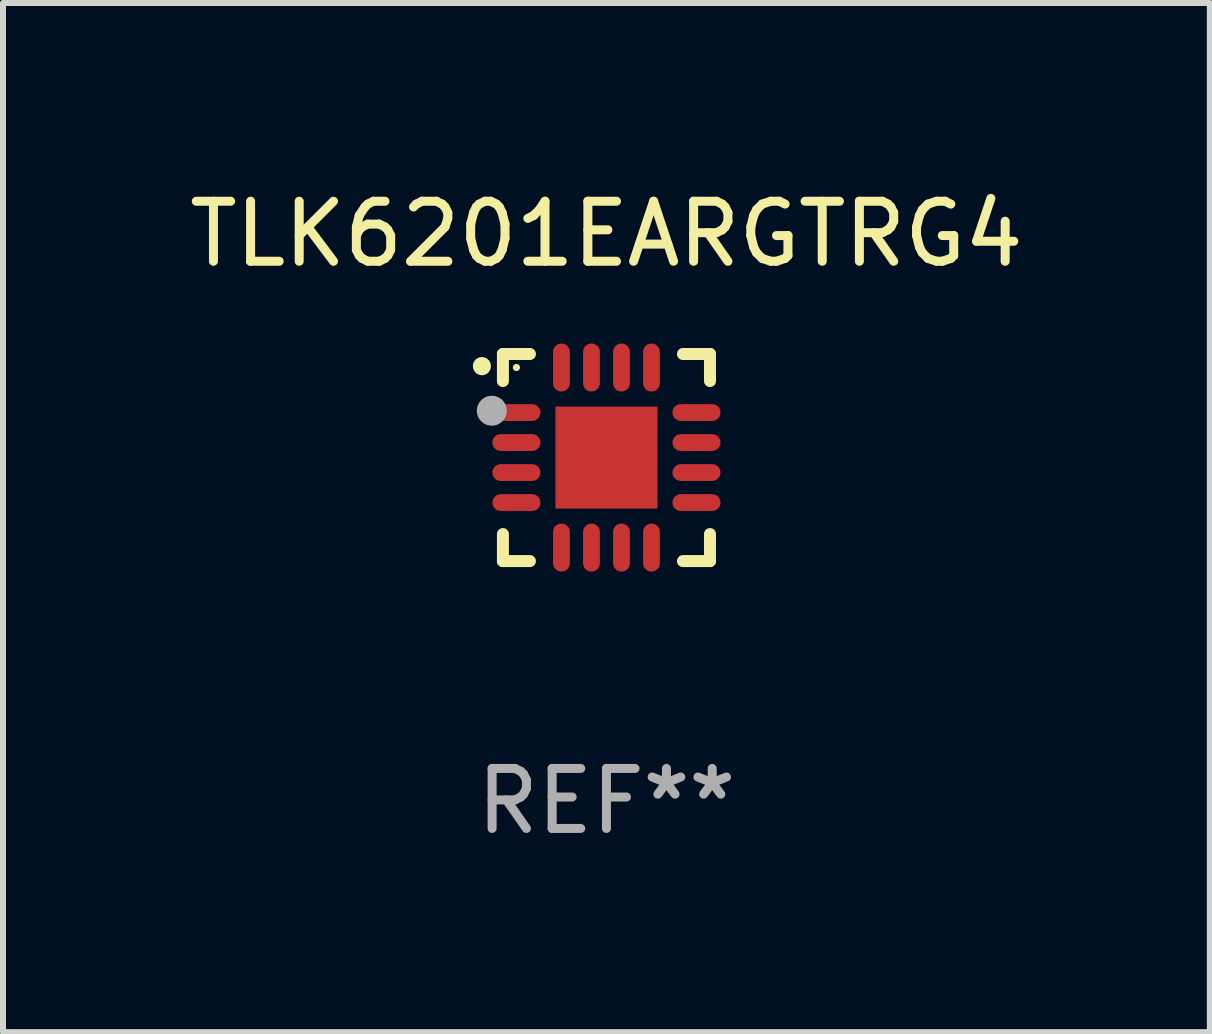
<source format=kicad_pcb>
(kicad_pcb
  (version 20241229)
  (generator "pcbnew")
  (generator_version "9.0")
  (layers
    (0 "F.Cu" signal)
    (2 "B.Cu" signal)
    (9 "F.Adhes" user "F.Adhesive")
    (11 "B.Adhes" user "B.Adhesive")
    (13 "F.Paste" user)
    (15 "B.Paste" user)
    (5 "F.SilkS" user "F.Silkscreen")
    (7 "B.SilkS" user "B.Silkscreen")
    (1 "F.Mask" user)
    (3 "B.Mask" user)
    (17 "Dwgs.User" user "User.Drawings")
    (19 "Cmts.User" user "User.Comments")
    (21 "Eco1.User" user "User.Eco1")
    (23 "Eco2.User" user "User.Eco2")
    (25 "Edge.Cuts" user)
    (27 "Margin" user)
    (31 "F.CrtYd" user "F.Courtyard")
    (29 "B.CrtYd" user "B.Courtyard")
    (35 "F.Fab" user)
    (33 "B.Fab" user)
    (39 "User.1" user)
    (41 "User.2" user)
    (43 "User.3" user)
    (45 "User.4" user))
  (footprint "TLK6201EARGTRG4"
    (layer "F.Cu")
    (at 7.054 4.573)
    (property "Reference" "TLK6201EARGTRG4" (at 0 -3.725 0) (layer "F.SilkS") (effects (font (size 1 1) (thickness 0.15))))
    (attr through_hole)
    (fp_line (start -1.725 -1.725) (end -1.275 -1.725) (stroke (width 0.2) (type solid)) (layer "F.SilkS"))
    (fp_line (start -1.725 -1.275) (end -1.725 -1.725) (stroke (width 0.2) (type solid)) (layer "F.SilkS"))
    (fp_line (start -1.725 1.725) (end -1.725 1.275) (stroke (width 0.2) (type solid)) (layer "F.SilkS"))
    (fp_line (start -1.275 1.725) (end -1.725 1.725) (stroke (width 0.2) (type solid)) (layer "F.SilkS"))
    (fp_line (start 1.275 -1.725) (end 1.725 -1.725) (stroke (width 0.2) (type solid)) (layer "F.SilkS"))
    (fp_line (start 1.275 1.725) (end 1.725 1.725) (stroke (width 0.2) (type solid)) (layer "F.SilkS"))
    (fp_line (start 1.725 -1.725) (end 1.725 -1.275) (stroke (width 0.2) (type solid)) (layer "F.SilkS"))
    (fp_line (start 1.725 1.725) (end 1.725 1.275) (stroke (width 0.2) (type solid)) (layer "F.SilkS"))
    (fp_arc (start -2.075184 -1.521463) (mid -2.075189 -1.522733) (end -2.075184 -1.524003) (stroke (width 0.3) (type solid)) (layer "F.SilkS"))
    (fp_circle (center -1.5 -1.5) (end -1.47 -1.5) (stroke (width 0.06) (type solid)) (fill no) (layer "F.SilkS"))
    (fp_circle (center -1.91 -0.78) (end -1.785 -0.78) (stroke (width 0.25) (type solid)) (fill no) (layer "F.Fab"))
    (fp_text user "REF**" (at 0 5.725 0) (layer "F.Fab") (effects (font (size 1 1) (thickness 0.15))))
    (pad "1" smd oval (at -1.5 -0.75) (size 0.8 0.28) (layers "F.Cu" "F.Mask" "F.Paste"))
    (pad "2" smd oval (at -1.5 -0.25) (size 0.8 0.28) (layers "F.Cu" "F.Mask" "F.Paste"))
    (pad "3" smd oval (at -1.5 0.25) (size 0.8 0.28) (layers "F.Cu" "F.Mask" "F.Paste"))
    (pad "4" smd oval (at -1.5 0.75) (size 0.8 0.28) (layers "F.Cu" "F.Mask" "F.Paste"))
    (pad "5" smd oval (at -0.75 1.5) (size 0.28 0.8) (layers "F.Cu" "F.Mask" "F.Paste"))
    (pad "6" smd oval (at -0.25 1.5) (size 0.28 0.8) (layers "F.Cu" "F.Mask" "F.Paste"))
    (pad "7" smd oval (at 0.25 1.5) (size 0.28 0.8) (layers "F.Cu" "F.Mask" "F.Paste"))
    (pad "8" smd oval (at 0.75 1.5) (size 0.28 0.8) (layers "F.Cu" "F.Mask" "F.Paste"))
    (pad "9" smd oval (at 1.5 0.75) (size 0.8 0.28) (layers "F.Cu" "F.Mask" "F.Paste"))
    (pad "10" smd oval (at 1.5 0.25) (size 0.8 0.28) (layers "F.Cu" "F.Mask" "F.Paste"))
    (pad "11" smd oval (at 1.5 -0.25) (size 0.8 0.28) (layers "F.Cu" "F.Mask" "F.Paste"))
    (pad "12" smd oval (at 1.5 -0.75) (size 0.8 0.28) (layers "F.Cu" "F.Mask" "F.Paste"))
    (pad "13" smd oval (at 0.75 -1.5) (size 0.28 0.8) (layers "F.Cu" "F.Mask" "F.Paste"))
    (pad "14" smd oval (at 0.25 -1.5) (size 0.28 0.8) (layers "F.Cu" "F.Mask" "F.Paste"))
    (pad "15" smd oval (at -0.25 -1.5) (size 0.28 0.8) (layers "F.Cu" "F.Mask" "F.Paste"))
    (pad "16" smd oval (at -0.75 -1.5) (size 0.28 0.8) (layers "F.Cu" "F.Mask" "F.Paste"))
    (pad "17" smd rect (at 0.000076 0.000076) (size 1.7 1.7) (layers "F.Cu" "F.Mask" "F.Paste")))
  (gr_rect
    (start -3 -3)
    (end 17.107 14.146)
    (stroke (width 0.1) (type default))
    (fill no)
    (layer "Edge.Cuts")))
</source>
